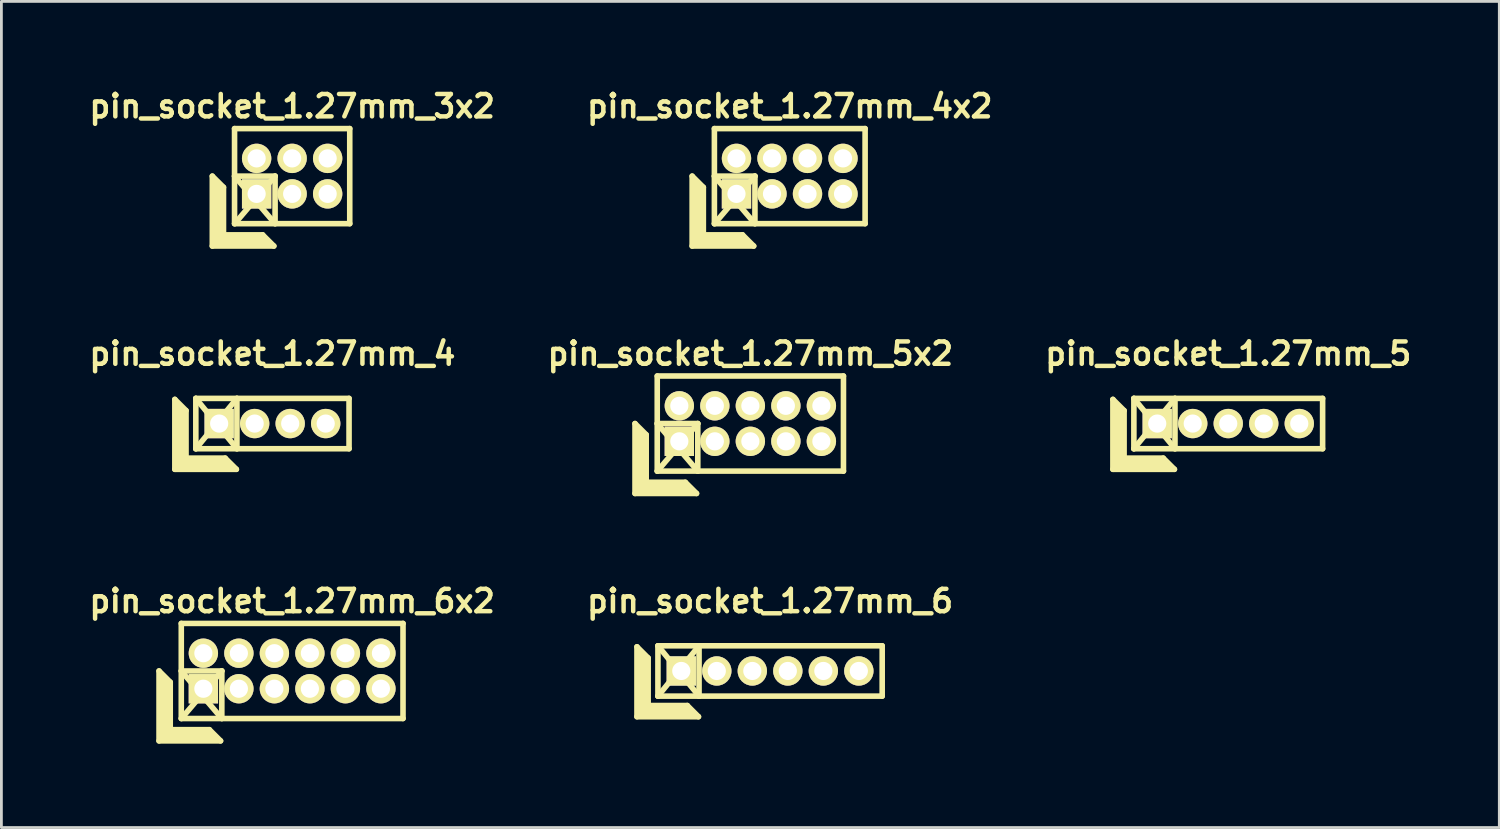
<source format=kicad_pcb>
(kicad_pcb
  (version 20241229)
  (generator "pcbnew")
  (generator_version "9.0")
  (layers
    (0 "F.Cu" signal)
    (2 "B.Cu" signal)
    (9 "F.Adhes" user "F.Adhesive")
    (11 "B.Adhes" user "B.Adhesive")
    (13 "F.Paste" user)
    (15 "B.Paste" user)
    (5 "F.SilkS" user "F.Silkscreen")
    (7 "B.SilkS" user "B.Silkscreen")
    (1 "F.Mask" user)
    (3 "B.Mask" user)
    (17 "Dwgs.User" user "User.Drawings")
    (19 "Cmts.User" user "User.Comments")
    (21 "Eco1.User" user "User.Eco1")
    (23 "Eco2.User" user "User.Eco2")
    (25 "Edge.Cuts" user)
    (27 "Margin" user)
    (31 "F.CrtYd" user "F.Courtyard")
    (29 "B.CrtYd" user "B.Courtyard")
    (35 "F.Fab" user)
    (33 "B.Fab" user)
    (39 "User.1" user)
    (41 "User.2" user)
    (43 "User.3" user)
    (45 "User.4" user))
  (footprint "pin_socket_1.27mm_5"
    (layer "F.Cu")
    (at 40.876 12.098)
    (property "Reference" "pin_socket_1.27mm_5" (at 0 -2.5 0) (layer "F.SilkS") (effects (font (size 0.8 0.8) (thickness 0.16))))
    (attr through_hole)
    (fp_line (start -4.125 -0.864) (end -4.125 1.636) (stroke (width 0.2) (type solid)) (layer "F.SilkS"))
    (fp_line (start -4.125 -0.864) (end -3.725 -0.464) (stroke (width 0.2) (type solid)) (layer "F.SilkS"))
    (fp_line (start -4.125 1.636) (end -1.925 1.636) (stroke (width 0.2) (type solid)) (layer "F.SilkS"))
    (fp_line (start -4.025 1.536) (end -4.025 -0.664) (stroke (width 0.2) (type solid)) (layer "F.SilkS"))
    (fp_line (start -4.025 1.536) (end -2.125 1.536) (stroke (width 0.2) (type solid)) (layer "F.SilkS"))
    (fp_line (start -3.925 1.436) (end -3.925 -0.564) (stroke (width 0.2) (type solid)) (layer "F.SilkS"))
    (fp_line (start -3.925 1.436) (end -2.225 1.436) (stroke (width 0.2) (type solid)) (layer "F.SilkS"))
    (fp_line (start -3.825 1.336) (end -3.825 -0.464) (stroke (width 0.2) (type solid)) (layer "F.SilkS"))
    (fp_line (start -3.825 1.336) (end -2.325 1.336) (stroke (width 0.2) (type solid)) (layer "F.SilkS"))
    (fp_line (start -3.725 1.236) (end -3.725 -0.464) (stroke (width 0.2) (type solid)) (layer "F.SilkS"))
    (fp_line (start -3.725 1.236) (end -2.325 1.236) (stroke (width 0.2) (type solid)) (layer "F.SilkS"))
    (fp_line (start -3.375 -0.9) (end -1.905 0.9) (stroke (width 0.2) (type solid)) (layer "F.SilkS"))
    (fp_line (start -3.375 -0.9) (end 3.375 -0.9) (stroke (width 0.2) (type solid)) (layer "F.SilkS"))
    (fp_line (start -3.375 0.9) (end -3.375 -0.9) (stroke (width 0.2) (type solid)) (layer "F.SilkS"))
    (fp_line (start -3.375 0.9) (end -1.905 -0.9) (stroke (width 0.2) (type solid)) (layer "F.SilkS"))
    (fp_line (start -2.325 1.236) (end -1.925 1.636) (stroke (width 0.2) (type solid)) (layer "F.SilkS"))
    (fp_line (start -1.905 -0.9) (end -1.905 0.9) (stroke (width 0.2) (type solid)) (layer "F.SilkS"))
    (fp_line (start 3.375 -0.9) (end 3.375 0.9) (stroke (width 0.2) (type solid)) (layer "F.SilkS"))
    (fp_line (start 3.375 0.9) (end -3.375 0.9) (stroke (width 0.2) (type solid)) (layer "F.SilkS"))
    (pad "1" thru_hole rect (at -2.54 0) (size 1.05 1.05) (drill 0.65) (layers "*.Cu" "*.Mask" "F.SilkS"))
    (pad "2" thru_hole oval (at -1.27 0) (size 1.05 1.05) (drill 0.65) (layers "*.Cu" "*.Mask" "F.SilkS"))
    (pad "3" thru_hole oval (at 0 0) (size 1.05 1.05) (drill 0.65) (layers "*.Cu" "*.Mask" "F.SilkS"))
    (pad "4" thru_hole oval (at 1.27 0) (size 1.05 1.05) (drill 0.65) (layers "*.Cu" "*.Mask" "F.SilkS"))
    (pad "5" thru_hole oval (at 2.54 0) (size 1.05 1.05) (drill 0.65) (layers "*.Cu" "*.Mask" "F.SilkS")))
  (footprint "pin_socket_1.27mm_4x2"
    (layer "F.Cu")
    (at 25.194 3.249)
    (property "Reference" "pin_socket_1.27mm_4x2" (at 0 -2.5 0) (layer "F.SilkS") (effects (font (size 0.8 0.8) (thickness 0.16))))
    (attr through_hole)
    (fp_line (start -3.49 0) (end -3.49 2.5) (stroke (width 0.2) (type solid)) (layer "F.SilkS"))
    (fp_line (start -3.49 0) (end -3.09 0.4) (stroke (width 0.2) (type solid)) (layer "F.SilkS"))
    (fp_line (start -3.49 2.5) (end -1.29 2.5) (stroke (width 0.2) (type solid)) (layer "F.SilkS"))
    (fp_line (start -3.39 2.4) (end -3.39 0.2) (stroke (width 0.2) (type solid)) (layer "F.SilkS"))
    (fp_line (start -3.39 2.4) (end -1.49 2.4) (stroke (width 0.2) (type solid)) (layer "F.SilkS"))
    (fp_line (start -3.29 2.3) (end -3.29 0.3) (stroke (width 0.2) (type solid)) (layer "F.SilkS"))
    (fp_line (start -3.29 2.3) (end -1.59 2.3) (stroke (width 0.2) (type solid)) (layer "F.SilkS"))
    (fp_line (start -3.19 2.2) (end -3.19 0.4) (stroke (width 0.2) (type solid)) (layer "F.SilkS"))
    (fp_line (start -3.19 2.2) (end -1.69 2.2) (stroke (width 0.2) (type solid)) (layer "F.SilkS"))
    (fp_line (start -3.09 2.1) (end -3.09 0.4) (stroke (width 0.2) (type solid)) (layer "F.SilkS"))
    (fp_line (start -3.09 2.1) (end -1.69 2.1) (stroke (width 0.2) (type solid)) (layer "F.SilkS"))
    (fp_line (start -2.695 -1.7) (end 2.695 -1.7) (stroke (width 0.2) (type solid)) (layer "F.SilkS"))
    (fp_line (start -2.695 0) (end -1.245 0) (stroke (width 0.2) (type solid)) (layer "F.SilkS"))
    (fp_line (start -2.695 0) (end -1.245 1.7) (stroke (width 0.2) (type solid)) (layer "F.SilkS"))
    (fp_line (start -2.695 1.7) (end -2.695 -1.7) (stroke (width 0.2) (type solid)) (layer "F.SilkS"))
    (fp_line (start -1.69 2.1) (end -1.29 2.5) (stroke (width 0.2) (type solid)) (layer "F.SilkS"))
    (fp_line (start -1.245 0) (end -2.69 1.7) (stroke (width 0.2) (type solid)) (layer "F.SilkS"))
    (fp_line (start -1.245 0) (end -1.245 1.7) (stroke (width 0.2) (type solid)) (layer "F.SilkS"))
    (fp_line (start 2.695 -1.7) (end 2.695 1.7) (stroke (width 0.2) (type solid)) (layer "F.SilkS"))
    (fp_line (start 2.695 1.7) (end -2.695 1.7) (stroke (width 0.2) (type solid)) (layer "F.SilkS"))
    (pad "1" thru_hole rect (at -1.905 0.635) (size 1.05 1.05) (drill 0.65) (layers "*.Cu" "*.Mask" "F.SilkS"))
    (pad "2" thru_hole oval (at -1.905 -0.635) (size 1.05 1.05) (drill 0.65) (layers "*.Cu" "*.Mask" "F.SilkS"))
    (pad "3" thru_hole oval (at -0.635 0.635) (size 1.05 1.05) (drill 0.65) (layers "*.Cu" "*.Mask" "F.SilkS"))
    (pad "4" thru_hole oval (at -0.635 -0.635) (size 1.05 1.05) (drill 0.65) (layers "*.Cu" "*.Mask" "F.SilkS"))
    (pad "5" thru_hole oval (at 0.635 0.635) (size 1.05 1.05) (drill 0.65) (layers "*.Cu" "*.Mask" "F.SilkS"))
    (pad "6" thru_hole oval (at 0.635 -0.635) (size 1.05 1.05) (drill 0.65) (layers "*.Cu" "*.Mask" "F.SilkS"))
    (pad "7" thru_hole oval (at 1.905 0.635) (size 1.05 1.05) (drill 0.65) (layers "*.Cu" "*.Mask" "F.SilkS"))
    (pad "8" thru_hole oval (at 1.905 -0.635) (size 1.05 1.05) (drill 0.65) (layers "*.Cu" "*.Mask" "F.SilkS")))
  (footprint "pin_socket_1.27mm_5x2"
    (layer "F.Cu")
    (at 23.785 12.098)
    (property "Reference" "pin_socket_1.27mm_5x2" (at 0 -2.5 0) (layer "F.SilkS") (effects (font (size 0.8 0.8) (thickness 0.16))))
    (attr through_hole)
    (fp_line (start -4.125 0) (end -4.125 2.5) (stroke (width 0.2) (type solid)) (layer "F.SilkS"))
    (fp_line (start -4.125 0) (end -3.725 0.4) (stroke (width 0.2) (type solid)) (layer "F.SilkS"))
    (fp_line (start -4.125 2.5) (end -1.925 2.5) (stroke (width 0.2) (type solid)) (layer "F.SilkS"))
    (fp_line (start -4.025 2.4) (end -4.025 0.2) (stroke (width 0.2) (type solid)) (layer "F.SilkS"))
    (fp_line (start -4.025 2.4) (end -2.125 2.4) (stroke (width 0.2) (type solid)) (layer "F.SilkS"))
    (fp_line (start -3.925 2.3) (end -3.925 0.3) (stroke (width 0.2) (type solid)) (layer "F.SilkS"))
    (fp_line (start -3.925 2.3) (end -2.225 2.3) (stroke (width 0.2) (type solid)) (layer "F.SilkS"))
    (fp_line (start -3.825 2.2) (end -3.825 0.4) (stroke (width 0.2) (type solid)) (layer "F.SilkS"))
    (fp_line (start -3.825 2.2) (end -2.325 2.2) (stroke (width 0.2) (type solid)) (layer "F.SilkS"))
    (fp_line (start -3.725 2.1) (end -3.725 0.4) (stroke (width 0.2) (type solid)) (layer "F.SilkS"))
    (fp_line (start -3.725 2.1) (end -2.325 2.1) (stroke (width 0.2) (type solid)) (layer "F.SilkS"))
    (fp_line (start -3.33 -1.7) (end 3.33 -1.7) (stroke (width 0.2) (type solid)) (layer "F.SilkS"))
    (fp_line (start -3.33 0) (end -1.88 0) (stroke (width 0.2) (type solid)) (layer "F.SilkS"))
    (fp_line (start -3.33 0) (end -1.88 1.7) (stroke (width 0.2) (type solid)) (layer "F.SilkS"))
    (fp_line (start -3.33 1.7) (end -3.33 -1.7) (stroke (width 0.2) (type solid)) (layer "F.SilkS"))
    (fp_line (start -2.325 2.1) (end -1.925 2.5) (stroke (width 0.2) (type solid)) (layer "F.SilkS"))
    (fp_line (start -1.88 0) (end -3.325 1.7) (stroke (width 0.2) (type solid)) (layer "F.SilkS"))
    (fp_line (start -1.88 0) (end -1.88 1.7) (stroke (width 0.2) (type solid)) (layer "F.SilkS"))
    (fp_line (start 3.33 -1.7) (end 3.33 1.7) (stroke (width 0.2) (type solid)) (layer "F.SilkS"))
    (fp_line (start 3.33 1.7) (end -3.33 1.7) (stroke (width 0.2) (type solid)) (layer "F.SilkS"))
    (pad "1" thru_hole rect (at -2.54 0.635) (size 1.05 1.05) (drill 0.65) (layers "*.Cu" "*.Mask" "F.SilkS"))
    (pad "2" thru_hole oval (at -2.54 -0.635) (size 1.05 1.05) (drill 0.65) (layers "*.Cu" "*.Mask" "F.SilkS"))
    (pad "3" thru_hole oval (at -1.27 0.635) (size 1.05 1.05) (drill 0.65) (layers "*.Cu" "*.Mask" "F.SilkS"))
    (pad "4" thru_hole oval (at -1.27 -0.635) (size 1.05 1.05) (drill 0.65) (layers "*.Cu" "*.Mask" "F.SilkS"))
    (pad "5" thru_hole oval (at 0 0.635) (size 1.05 1.05) (drill 0.65) (layers "*.Cu" "*.Mask" "F.SilkS"))
    (pad "6" thru_hole oval (at 0 -0.635) (size 1.05 1.05) (drill 0.65) (layers "*.Cu" "*.Mask" "F.SilkS"))
    (pad "7" thru_hole oval (at 1.27 0.635) (size 1.05 1.05) (drill 0.65) (layers "*.Cu" "*.Mask" "F.SilkS"))
    (pad "8" thru_hole oval (at 1.27 -0.635) (size 1.05 1.05) (drill 0.65) (layers "*.Cu" "*.Mask" "F.SilkS"))
    (pad "9" thru_hole oval (at 2.54 0.635) (size 1.05 1.05) (drill 0.65) (layers "*.Cu" "*.Mask" "F.SilkS"))
    (pad "10" thru_hole oval (at 2.54 -0.635) (size 1.05 1.05) (drill 0.65) (layers "*.Cu" "*.Mask" "F.SilkS")))
  (footprint "pin_socket_1.27mm_3x2"
    (layer "F.Cu")
    (at 7.398 3.249)
    (property "Reference" "pin_socket_1.27mm_3x2" (at 0 -2.5 0) (layer "F.SilkS") (effects (font (size 0.8 0.8) (thickness 0.16))))
    (attr through_hole)
    (fp_line (start -2.855 0) (end -2.855 2.5) (stroke (width 0.2) (type solid)) (layer "F.SilkS"))
    (fp_line (start -2.855 0) (end -2.455 0.4) (stroke (width 0.2) (type solid)) (layer "F.SilkS"))
    (fp_line (start -2.855 2.5) (end -0.655 2.5) (stroke (width 0.2) (type solid)) (layer "F.SilkS"))
    (fp_line (start -2.755 2.4) (end -2.755 0.2) (stroke (width 0.2) (type solid)) (layer "F.SilkS"))
    (fp_line (start -2.755 2.4) (end -0.855 2.4) (stroke (width 0.2) (type solid)) (layer "F.SilkS"))
    (fp_line (start -2.655 2.3) (end -2.655 0.3) (stroke (width 0.2) (type solid)) (layer "F.SilkS"))
    (fp_line (start -2.655 2.3) (end -0.955 2.3) (stroke (width 0.2) (type solid)) (layer "F.SilkS"))
    (fp_line (start -2.555 2.2) (end -2.555 0.4) (stroke (width 0.2) (type solid)) (layer "F.SilkS"))
    (fp_line (start -2.555 2.2) (end -1.055 2.2) (stroke (width 0.2) (type solid)) (layer "F.SilkS"))
    (fp_line (start -2.455 2.1) (end -2.455 0.4) (stroke (width 0.2) (type solid)) (layer "F.SilkS"))
    (fp_line (start -2.455 2.1) (end -1.055 2.1) (stroke (width 0.2) (type solid)) (layer "F.SilkS"))
    (fp_line (start -2.06 -1.7) (end 2.06 -1.7) (stroke (width 0.2) (type solid)) (layer "F.SilkS"))
    (fp_line (start -2.06 0) (end -0.61 0) (stroke (width 0.2) (type solid)) (layer "F.SilkS"))
    (fp_line (start -2.06 0) (end -0.61 1.7) (stroke (width 0.2) (type solid)) (layer "F.SilkS"))
    (fp_line (start -2.06 1.7) (end -2.06 -1.7) (stroke (width 0.2) (type solid)) (layer "F.SilkS"))
    (fp_line (start -1.055 2.1) (end -0.655 2.5) (stroke (width 0.2) (type solid)) (layer "F.SilkS"))
    (fp_line (start -0.61 0) (end -2.055 1.7) (stroke (width 0.2) (type solid)) (layer "F.SilkS"))
    (fp_line (start -0.61 0) (end -0.61 1.7) (stroke (width 0.2) (type solid)) (layer "F.SilkS"))
    (fp_line (start 2.06 -1.7) (end 2.06 1.7) (stroke (width 0.2) (type solid)) (layer "F.SilkS"))
    (fp_line (start 2.06 1.7) (end -2.06 1.7) (stroke (width 0.2) (type solid)) (layer "F.SilkS"))
    (pad "1" thru_hole rect (at -1.27 0.635) (size 1.05 1.05) (drill 0.65) (layers "*.Cu" "*.Mask" "F.SilkS"))
    (pad "2" thru_hole oval (at -1.27 -0.635) (size 1.05 1.05) (drill 0.65) (layers "*.Cu" "*.Mask" "F.SilkS"))
    (pad "3" thru_hole oval (at 0 0.635) (size 1.05 1.05) (drill 0.65) (layers "*.Cu" "*.Mask" "F.SilkS"))
    (pad "4" thru_hole oval (at 0 -0.635) (size 1.05 1.05) (drill 0.65) (layers "*.Cu" "*.Mask" "F.SilkS"))
    (pad "5" thru_hole oval (at 1.27 0.635) (size 1.05 1.05) (drill 0.65) (layers "*.Cu" "*.Mask" "F.SilkS"))
    (pad "6" thru_hole oval (at 1.27 -0.635) (size 1.05 1.05) (drill 0.65) (layers "*.Cu" "*.Mask" "F.SilkS")))
  (footprint "pin_socket_1.27mm_6x2"
    (layer "F.Cu")
    (at 7.398 20.946)
    (property "Reference" "pin_socket_1.27mm_6x2" (at 0 -2.5 0) (layer "F.SilkS") (effects (font (size 0.8 0.8) (thickness 0.16))))
    (attr through_hole)
    (fp_line (start -4.76 0) (end -4.76 2.5) (stroke (width 0.2) (type solid)) (layer "F.SilkS"))
    (fp_line (start -4.76 0) (end -4.36 0.4) (stroke (width 0.2) (type solid)) (layer "F.SilkS"))
    (fp_line (start -4.76 2.5) (end -2.56 2.5) (stroke (width 0.2) (type solid)) (layer "F.SilkS"))
    (fp_line (start -4.66 2.4) (end -4.66 0.2) (stroke (width 0.2) (type solid)) (layer "F.SilkS"))
    (fp_line (start -4.66 2.4) (end -2.76 2.4) (stroke (width 0.2) (type solid)) (layer "F.SilkS"))
    (fp_line (start -4.56 2.3) (end -4.56 0.3) (stroke (width 0.2) (type solid)) (layer "F.SilkS"))
    (fp_line (start -4.56 2.3) (end -2.86 2.3) (stroke (width 0.2) (type solid)) (layer "F.SilkS"))
    (fp_line (start -4.46 2.2) (end -4.46 0.4) (stroke (width 0.2) (type solid)) (layer "F.SilkS"))
    (fp_line (start -4.46 2.2) (end -2.96 2.2) (stroke (width 0.2) (type solid)) (layer "F.SilkS"))
    (fp_line (start -4.36 2.1) (end -4.36 0.4) (stroke (width 0.2) (type solid)) (layer "F.SilkS"))
    (fp_line (start -4.36 2.1) (end -2.96 2.1) (stroke (width 0.2) (type solid)) (layer "F.SilkS"))
    (fp_line (start -3.965 -1.7) (end 3.965 -1.7) (stroke (width 0.2) (type solid)) (layer "F.SilkS"))
    (fp_line (start -3.965 0) (end -2.515 0) (stroke (width 0.2) (type solid)) (layer "F.SilkS"))
    (fp_line (start -3.965 0) (end -2.515 1.7) (stroke (width 0.2) (type solid)) (layer "F.SilkS"))
    (fp_line (start -3.965 1.7) (end -3.965 -1.7) (stroke (width 0.2) (type solid)) (layer "F.SilkS"))
    (fp_line (start -2.96 2.1) (end -2.56 2.5) (stroke (width 0.2) (type solid)) (layer "F.SilkS"))
    (fp_line (start -2.515 0) (end -3.96 1.7) (stroke (width 0.2) (type solid)) (layer "F.SilkS"))
    (fp_line (start -2.515 0) (end -2.515 1.7) (stroke (width 0.2) (type solid)) (layer "F.SilkS"))
    (fp_line (start 3.965 -1.7) (end 3.965 1.7) (stroke (width 0.2) (type solid)) (layer "F.SilkS"))
    (fp_line (start 3.965 1.7) (end -3.965 1.7) (stroke (width 0.2) (type solid)) (layer "F.SilkS"))
    (pad "1" thru_hole rect (at -3.175 0.635) (size 1.05 1.05) (drill 0.65) (layers "*.Cu" "*.Mask" "F.SilkS"))
    (pad "2" thru_hole oval (at -3.175 -0.635) (size 1.05 1.05) (drill 0.65) (layers "*.Cu" "*.Mask" "F.SilkS"))
    (pad "3" thru_hole oval (at -1.905 0.635) (size 1.05 1.05) (drill 0.65) (layers "*.Cu" "*.Mask" "F.SilkS"))
    (pad "4" thru_hole oval (at -1.905 -0.635) (size 1.05 1.05) (drill 0.65) (layers "*.Cu" "*.Mask" "F.SilkS"))
    (pad "5" thru_hole oval (at -0.635 0.635) (size 1.05 1.05) (drill 0.65) (layers "*.Cu" "*.Mask" "F.SilkS"))
    (pad "6" thru_hole oval (at -0.635 -0.635) (size 1.05 1.05) (drill 0.65) (layers "*.Cu" "*.Mask" "F.SilkS"))
    (pad "7" thru_hole oval (at 0.635 0.635) (size 1.05 1.05) (drill 0.65) (layers "*.Cu" "*.Mask" "F.SilkS"))
    (pad "8" thru_hole oval (at 0.635 -0.635) (size 1.05 1.05) (drill 0.65) (layers "*.Cu" "*.Mask" "F.SilkS"))
    (pad "9" thru_hole oval (at 1.905 0.635) (size 1.05 1.05) (drill 0.65) (layers "*.Cu" "*.Mask" "F.SilkS"))
    (pad "10" thru_hole oval (at 1.905 -0.635) (size 1.05 1.05) (drill 0.65) (layers "*.Cu" "*.Mask" "F.SilkS"))
    (pad "11" thru_hole oval (at 3.175 0.635) (size 1.05 1.05) (drill 0.65) (layers "*.Cu" "*.Mask" "F.SilkS"))
    (pad "12" thru_hole oval (at 3.175 -0.635) (size 1.05 1.05) (drill 0.65) (layers "*.Cu" "*.Mask" "F.SilkS")))
  (footprint "pin_socket_1.27mm_6"
    (layer "F.Cu")
    (at 24.49 20.946)
    (property "Reference" "pin_socket_1.27mm_6" (at 0 -2.5 0) (layer "F.SilkS") (effects (font (size 0.8 0.8) (thickness 0.16))))
    (attr through_hole)
    (fp_line (start -4.76 -0.864) (end -4.76 1.636) (stroke (width 0.2) (type solid)) (layer "F.SilkS"))
    (fp_line (start -4.76 -0.864) (end -4.36 -0.464) (stroke (width 0.2) (type solid)) (layer "F.SilkS"))
    (fp_line (start -4.76 1.636) (end -2.56 1.636) (stroke (width 0.2) (type solid)) (layer "F.SilkS"))
    (fp_line (start -4.66 1.536) (end -4.66 -0.664) (stroke (width 0.2) (type solid)) (layer "F.SilkS"))
    (fp_line (start -4.66 1.536) (end -2.76 1.536) (stroke (width 0.2) (type solid)) (layer "F.SilkS"))
    (fp_line (start -4.56 1.436) (end -4.56 -0.564) (stroke (width 0.2) (type solid)) (layer "F.SilkS"))
    (fp_line (start -4.56 1.436) (end -2.86 1.436) (stroke (width 0.2) (type solid)) (layer "F.SilkS"))
    (fp_line (start -4.46 1.336) (end -4.46 -0.464) (stroke (width 0.2) (type solid)) (layer "F.SilkS"))
    (fp_line (start -4.46 1.336) (end -2.96 1.336) (stroke (width 0.2) (type solid)) (layer "F.SilkS"))
    (fp_line (start -4.36 1.236) (end -4.36 -0.464) (stroke (width 0.2) (type solid)) (layer "F.SilkS"))
    (fp_line (start -4.36 1.236) (end -2.96 1.236) (stroke (width 0.2) (type solid)) (layer "F.SilkS"))
    (fp_line (start -4.01 -0.9) (end -2.54 0.9) (stroke (width 0.2) (type solid)) (layer "F.SilkS"))
    (fp_line (start -4.01 -0.9) (end 4.01 -0.9) (stroke (width 0.2) (type solid)) (layer "F.SilkS"))
    (fp_line (start -4.01 0.9) (end -4.01 -0.9) (stroke (width 0.2) (type solid)) (layer "F.SilkS"))
    (fp_line (start -4.01 0.9) (end -2.54 -0.9) (stroke (width 0.2) (type solid)) (layer "F.SilkS"))
    (fp_line (start -2.96 1.236) (end -2.56 1.636) (stroke (width 0.2) (type solid)) (layer "F.SilkS"))
    (fp_line (start -2.54 -0.9) (end -2.54 0.9) (stroke (width 0.2) (type solid)) (layer "F.SilkS"))
    (fp_line (start 4.01 -0.9) (end 4.01 0.9) (stroke (width 0.2) (type solid)) (layer "F.SilkS"))
    (fp_line (start 4.01 0.9) (end -4.01 0.9) (stroke (width 0.2) (type solid)) (layer "F.SilkS"))
    (pad "1" thru_hole rect (at -3.175 0) (size 1.05 1.05) (drill 0.65) (layers "*.Cu" "*.Mask" "F.SilkS"))
    (pad "2" thru_hole oval (at -1.905 0) (size 1.05 1.05) (drill 0.65) (layers "*.Cu" "*.Mask" "F.SilkS"))
    (pad "3" thru_hole oval (at -0.635 0) (size 1.05 1.05) (drill 0.65) (layers "*.Cu" "*.Mask" "F.SilkS"))
    (pad "4" thru_hole oval (at 0.635 0) (size 1.05 1.05) (drill 0.65) (layers "*.Cu" "*.Mask" "F.SilkS"))
    (pad "5" thru_hole oval (at 1.905 0) (size 1.05 1.05) (drill 0.65) (layers "*.Cu" "*.Mask" "F.SilkS"))
    (pad "6" thru_hole oval (at 3.175 0) (size 1.05 1.05) (drill 0.65) (layers "*.Cu" "*.Mask" "F.SilkS")))
  (footprint "pin_socket_1.27mm_4"
    (layer "F.Cu")
    (at 6.693 12.098)
    (property "Reference" "pin_socket_1.27mm_4" (at 0 -2.5 0) (layer "F.SilkS") (effects (font (size 0.8 0.8) (thickness 0.16))))
    (attr through_hole)
    (fp_line (start -3.49 -0.864) (end -3.49 1.636) (stroke (width 0.2) (type solid)) (layer "F.SilkS"))
    (fp_line (start -3.49 -0.864) (end -3.09 -0.464) (stroke (width 0.2) (type solid)) (layer "F.SilkS"))
    (fp_line (start -3.49 1.636) (end -1.29 1.636) (stroke (width 0.2) (type solid)) (layer "F.SilkS"))
    (fp_line (start -3.39 1.536) (end -3.39 -0.664) (stroke (width 0.2) (type solid)) (layer "F.SilkS"))
    (fp_line (start -3.39 1.536) (end -1.49 1.536) (stroke (width 0.2) (type solid)) (layer "F.SilkS"))
    (fp_line (start -3.29 1.436) (end -3.29 -0.564) (stroke (width 0.2) (type solid)) (layer "F.SilkS"))
    (fp_line (start -3.29 1.436) (end -1.59 1.436) (stroke (width 0.2) (type solid)) (layer "F.SilkS"))
    (fp_line (start -3.19 1.336) (end -3.19 -0.464) (stroke (width 0.2) (type solid)) (layer "F.SilkS"))
    (fp_line (start -3.19 1.336) (end -1.69 1.336) (stroke (width 0.2) (type solid)) (layer "F.SilkS"))
    (fp_line (start -3.09 1.236) (end -3.09 -0.464) (stroke (width 0.2) (type solid)) (layer "F.SilkS"))
    (fp_line (start -3.09 1.236) (end -1.69 1.236) (stroke (width 0.2) (type solid)) (layer "F.SilkS"))
    (fp_line (start -2.74 -0.9) (end -1.27 0.9) (stroke (width 0.2) (type solid)) (layer "F.SilkS"))
    (fp_line (start -2.74 -0.9) (end 2.74 -0.9) (stroke (width 0.2) (type solid)) (layer "F.SilkS"))
    (fp_line (start -2.74 0.9) (end -2.74 -0.9) (stroke (width 0.2) (type solid)) (layer "F.SilkS"))
    (fp_line (start -2.74 0.9) (end -1.27 -0.9) (stroke (width 0.2) (type solid)) (layer "F.SilkS"))
    (fp_line (start -1.69 1.236) (end -1.29 1.636) (stroke (width 0.2) (type solid)) (layer "F.SilkS"))
    (fp_line (start -1.27 -0.9) (end -1.27 0.9) (stroke (width 0.2) (type solid)) (layer "F.SilkS"))
    (fp_line (start 2.74 -0.9) (end 2.74 0.9) (stroke (width 0.2) (type solid)) (layer "F.SilkS"))
    (fp_line (start 2.74 0.9) (end -2.74 0.9) (stroke (width 0.2) (type solid)) (layer "F.SilkS"))
    (pad "1" thru_hole rect (at -1.905 0) (size 1.05 1.05) (drill 0.65) (layers "*.Cu" "*.Mask" "F.SilkS"))
    (pad "2" thru_hole oval (at -0.635 0) (size 1.05 1.05) (drill 0.65) (layers "*.Cu" "*.Mask" "F.SilkS"))
    (pad "3" thru_hole oval (at 0.635 0) (size 1.05 1.05) (drill 0.65) (layers "*.Cu" "*.Mask" "F.SilkS"))
    (pad "4" thru_hole oval (at 1.905 0) (size 1.05 1.05) (drill 0.65) (layers "*.Cu" "*.Mask" "F.SilkS")))
  (gr_rect
    (start -3 -3)
    (end 50.57 26.546)
    (stroke (width 0.1) (type default))
    (fill no)
    (layer "Edge.Cuts")))
</source>
